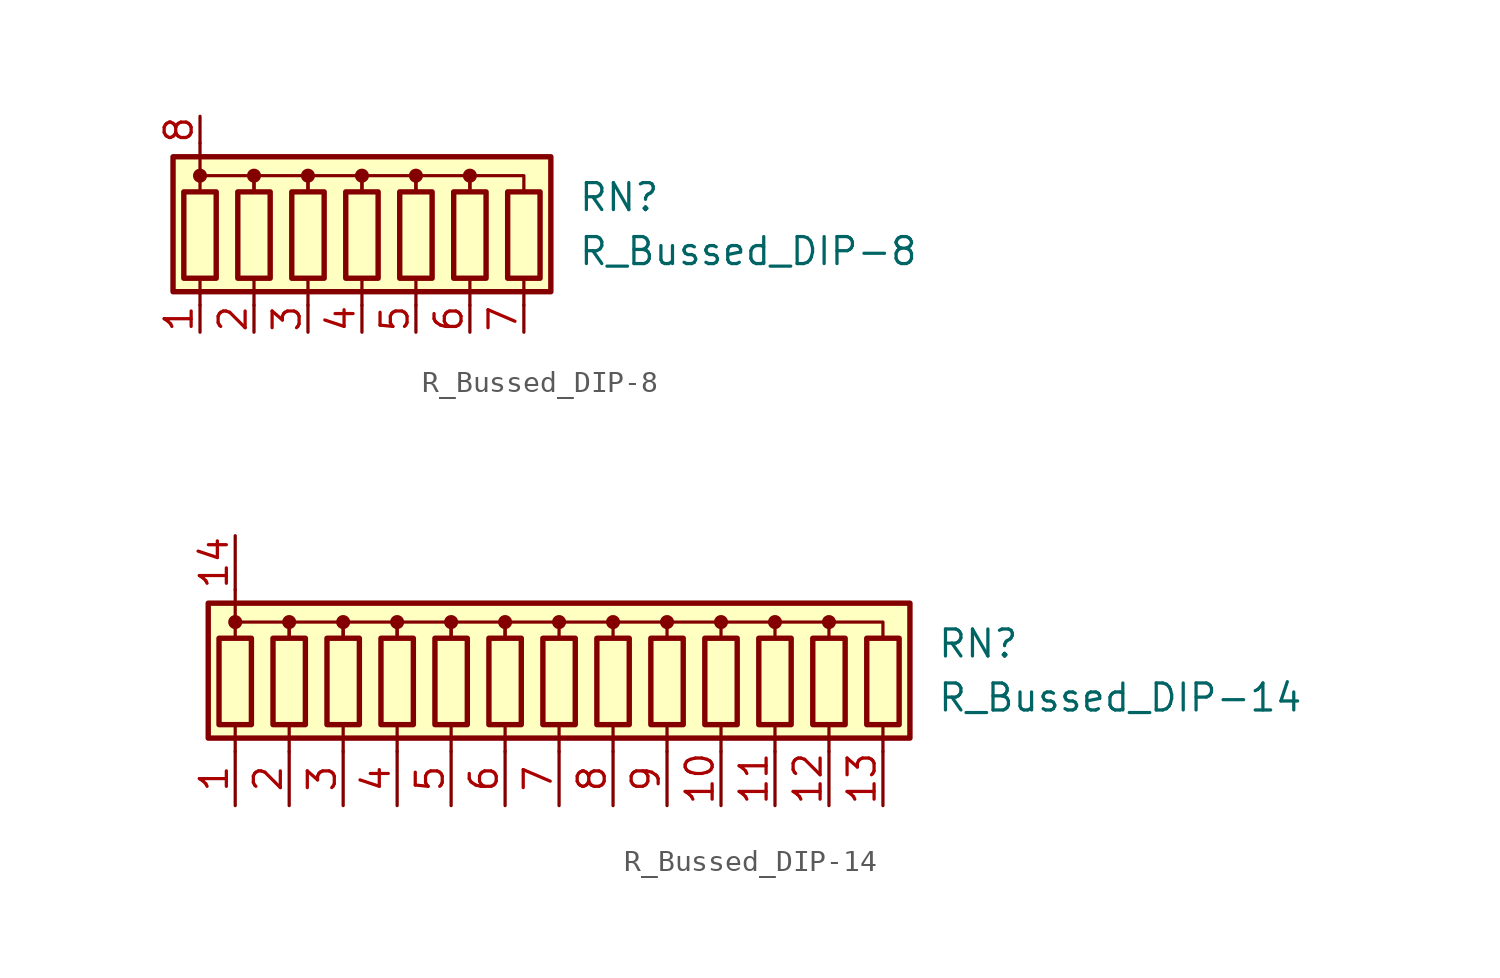
<source format=kicad_sym>
(kicad_symbol_lib
  (version 20211014)
  (generator kicad_symbol_editor)
  (symbol "R_Bussed_DIP-8"
    (pin_names
      (offset 0.002) hide)
    (property "Reference" "RN"
      (at 10.16 1.27 0)
      (effects (font (size 1.27 1.27)) (justify left)))
    (property "Value" "R_Bussed_DIP-8"
      (at 10.16 -1.27 0)
      (effects (font (size 1.27 1.27)) (justify left)))
    (symbol "R_Bussed_DIP-8_0_1"
      (rectangle (start -8.89 -3.175) (end 8.89 3.175) (stroke (width 0.254) (type default) (color 0 0 0 0)) (fill (type background)))
      (rectangle (start -8.382 1.524) (end -6.858 -2.54) (stroke (width 0.254) (type default) (color 0 0 0 0)) (fill (type none)))
      (circle (center -7.62 2.286) (radius 0.254) (stroke (width 0) (type default) (color 0 0 0 0)) (fill (type outline)))
      (rectangle (start -5.842 1.524) (end -4.318 -2.54) (stroke (width 0.254) (type default) (color 0 0 0 0)) (fill (type none)))
      (circle (center -5.08 2.286) (radius 0.254) (stroke (width 0) (type default) (color 0 0 0 0)) (fill (type outline)))
      (rectangle (start -3.302 1.524) (end -1.778 -2.54) (stroke (width 0.254) (type default) (color 0 0 0 0)) (fill (type none)))
      (circle (center -2.54 2.286) (radius 0.254) (stroke (width 0) (type default) (color 0 0 0 0)) (fill (type outline)))
      (rectangle (start -0.762 1.524) (end 0.762 -2.54) (stroke (width 0.254) (type default) (color 0 0 0 0)) (fill (type none)))
      (polyline (pts (xy -7.62 -2.54) (xy -7.62 -3.81)) (stroke (width 0) (type default) (color 0 0 0 0)) (fill (type none)))
      (polyline (pts (xy -7.62 3.81) (xy -7.62 2.54)) (stroke (width 0) (type default) (color 0 0 0 0)) (fill (type none)))
      (polyline (pts (xy -5.08 -2.54) (xy -5.08 -3.81)) (stroke (width 0) (type default) (color 0 0 0 0)) (fill (type none)))
      (polyline (pts (xy -2.54 -2.54) (xy -2.54 -3.81)) (stroke (width 0) (type default) (color 0 0 0 0)) (fill (type none)))
      (polyline (pts (xy 0 -2.54) (xy 0 -3.81)) (stroke (width 0) (type default) (color 0 0 0 0)) (fill (type none)))
      (polyline (pts (xy 2.54 -2.54) (xy 2.54 -3.81)) (stroke (width 0) (type default) (color 0 0 0 0)) (fill (type none)))
      (polyline (pts (xy 5.08 -2.54) (xy 5.08 -3.81)) (stroke (width 0) (type default) (color 0 0 0 0)) (fill (type none)))
      (polyline (pts (xy 7.62 -2.54) (xy 7.62 -3.81)) (stroke (width 0) (type default) (color 0 0 0 0)) (fill (type none)))
      (polyline (pts (xy -7.62 1.524) (xy -7.62 2.286) (xy -5.08 2.286) (xy -5.08 1.524)) (stroke (width 0) (type default) (color 0 0 0 0)) (fill (type none)))
      (polyline (pts (xy -5.08 1.524) (xy -5.08 2.286) (xy -2.54 2.286) (xy -2.54 1.524)) (stroke (width 0) (type default) (color 0 0 0 0)) (fill (type none)))
      (polyline (pts (xy -2.54 1.524) (xy -2.54 2.286) (xy 0 2.286) (xy 0 1.524)) (stroke (width 0) (type default) (color 0 0 0 0)) (fill (type none)))
      (polyline (pts (xy 0 1.524) (xy 0 2.286) (xy 2.54 2.286) (xy 2.54 1.524)) (stroke (width 0) (type default) (color 0 0 0 0)) (fill (type none)))
      (polyline (pts (xy 2.54 1.524) (xy 2.54 2.286) (xy 5.08 2.286) (xy 5.08 1.524)) (stroke (width 0) (type default) (color 0 0 0 0)) (fill (type none)))
      (polyline (pts (xy 5.08 1.524) (xy 5.08 2.286) (xy 7.62 2.286) (xy 7.62 1.524)) (stroke (width 0) (type default) (color 0 0 0 0)) (fill (type none)))
      (circle (center 0 2.286) (radius 0.254) (stroke (width 0) (type default) (color 0 0 0 0)) (fill (type outline)))
      (rectangle (start 1.778 1.524) (end 3.302 -2.54) (stroke (width 0.254) (type default) (color 0 0 0 0)) (fill (type none)))
      (circle (center 2.54 2.286) (radius 0.254) (stroke (width 0) (type default) (color 0 0 0 0)) (fill (type outline)))
      (rectangle (start 4.318 1.524) (end 5.842 -2.54) (stroke (width 0.254) (type default) (color 0 0 0 0)) (fill (type none)))
      (circle (center 5.08 2.286) (radius 0.254) (stroke (width 0) (type default) (color 0 0 0 0)) (fill (type outline)))
      (rectangle (start 6.858 1.524) (end 8.382 -2.54) (stroke (width 0.254) (type default) (color 0 0 0 0)) (fill (type none))))
    (symbol "R_Bussed_DIP-8_1_1"
      (pin passive line (at -7.62 -5.08 90) (length 1.27) (name "R1" (effects (font (size 1.27 1.27)))) (number "1" (effects (font (size 1.27 1.27)))))
      (pin passive line (at -5.08 -5.08 90) (length 1.27) (name "R2" (effects (font (size 1.27 1.27)))) (number "2" (effects (font (size 1.27 1.27)))))
      (pin passive line (at -2.54 -5.08 90) (length 1.27) (name "R3" (effects (font (size 1.27 1.27)))) (number "3" (effects (font (size 1.27 1.27)))))
      (pin passive line (at 0 -5.08 90) (length 1.27) (name "R4" (effects (font (size 1.27 1.27)))) (number "4" (effects (font (size 1.27 1.27)))))
      (pin passive line (at 2.54 -5.08 90) (length 1.27) (name "R5" (effects (font (size 1.27 1.27)))) (number "5" (effects (font (size 1.27 1.27)))))
      (pin passive line (at 5.08 -5.08 90) (length 1.27) (name "R6" (effects (font (size 1.27 1.27)))) (number "6" (effects (font (size 1.27 1.27)))))
      (pin passive line (at 7.62 -5.08 90) (length 1.27) (name "R7" (effects (font (size 1.27 1.27)))) (number "7" (effects (font (size 1.27 1.27)))))
      (pin passive line (at -7.62 5.08 270) (length 1.27) (name "common" (effects (font (size 1.27 1.27)))) (number "8" (effects (font (size 1.27 1.27)))))))
  (symbol "R_Bussed_DIP-14"
    (pin_names
      (offset 0.002) hide)
    (property "Reference" "RN"
      (at 17.78 1.27 0)
      (effects (font (size 1.27 1.27)) (justify left)))
    (property "Value" "R_Bussed_DIP-14"
      (at 17.78 -1.27 0)
      (effects (font (size 1.27 1.27)) (justify left)))
    (symbol "R_Bussed_DIP-14_0_1"
      (rectangle (start -16.51 3.175) (end 16.51 -3.175) (stroke (width 0.254) (type default) (color 0 0 0 0)) (fill (type background)))
      (rectangle (start -16.002 1.524) (end -14.478 -2.54) (stroke (width 0.254) (type default) (color 0 0 0 0)) (fill (type none)))
      (circle (center -15.24 2.286) (radius 0.254) (stroke (width 0) (type default) (color 0 0 0 0)) (fill (type outline)))
      (rectangle (start -13.462 1.524) (end -11.938 -2.54) (stroke (width 0.254) (type default) (color 0 0 0 0)) (fill (type none)))
      (circle (center -12.7 2.286) (radius 0.254) (stroke (width 0) (type default) (color 0 0 0 0)) (fill (type outline)))
      (rectangle (start -10.922 1.524) (end -9.398 -2.54) (stroke (width 0.254) (type default) (color 0 0 0 0)) (fill (type none)))
      (circle (center -10.16 2.286) (radius 0.254) (stroke (width 0) (type default) (color 0 0 0 0)) (fill (type outline)))
      (rectangle (start -8.382 1.524) (end -6.858 -2.54) (stroke (width 0.254) (type default) (color 0 0 0 0)) (fill (type none)))
      (circle (center -7.62 2.286) (radius 0.254) (stroke (width 0) (type default) (color 0 0 0 0)) (fill (type outline)))
      (rectangle (start -5.842 1.524) (end -4.318 -2.54) (stroke (width 0.254) (type default) (color 0 0 0 0)) (fill (type none)))
      (circle (center -5.08 2.286) (radius 0.254) (stroke (width 0) (type default) (color 0 0 0 0)) (fill (type outline)))
      (rectangle (start -3.302 1.524) (end -1.778 -2.54) (stroke (width 0.254) (type default) (color 0 0 0 0)) (fill (type none)))
      (circle (center -2.54 2.286) (radius 0.254) (stroke (width 0) (type default) (color 0 0 0 0)) (fill (type outline)))
      (rectangle (start -0.762 1.524) (end 0.762 -2.54) (stroke (width 0.254) (type default) (color 0 0 0 0)) (fill (type none)))
      (polyline (pts (xy -15.24 -2.54) (xy -15.24 -3.81)) (stroke (width 0) (type default) (color 0 0 0 0)) (fill (type none)))
      (polyline (pts (xy -15.24 3.81) (xy -15.24 2.54)) (stroke (width 0) (type default) (color 0 0 0 0)) (fill (type none)))
      (polyline (pts (xy -12.7 -2.54) (xy -12.7 -3.81)) (stroke (width 0) (type default) (color 0 0 0 0)) (fill (type none)))
      (polyline (pts (xy -10.16 -2.54) (xy -10.16 -3.81)) (stroke (width 0) (type default) (color 0 0 0 0)) (fill (type none)))
      (polyline (pts (xy -7.62 -2.54) (xy -7.62 -3.81)) (stroke (width 0) (type default) (color 0 0 0 0)) (fill (type none)))
      (polyline (pts (xy -5.08 -2.54) (xy -5.08 -3.81)) (stroke (width 0) (type default) (color 0 0 0 0)) (fill (type none)))
      (polyline (pts (xy -2.54 -2.54) (xy -2.54 -3.81)) (stroke (width 0) (type default) (color 0 0 0 0)) (fill (type none)))
      (polyline (pts (xy 0 -2.54) (xy 0 -3.81)) (stroke (width 0) (type default) (color 0 0 0 0)) (fill (type none)))
      (polyline (pts (xy 2.54 -2.54) (xy 2.54 -3.81)) (stroke (width 0) (type default) (color 0 0 0 0)) (fill (type none)))
      (polyline (pts (xy 5.08 -2.54) (xy 5.08 -3.81)) (stroke (width 0) (type default) (color 0 0 0 0)) (fill (type none)))
      (polyline (pts (xy 7.62 -2.54) (xy 7.62 -3.81)) (stroke (width 0) (type default) (color 0 0 0 0)) (fill (type none)))
      (polyline (pts (xy 10.16 -2.54) (xy 10.16 -3.81)) (stroke (width 0) (type default) (color 0 0 0 0)) (fill (type none)))
      (polyline (pts (xy 12.7 -2.54) (xy 12.7 -3.81)) (stroke (width 0) (type default) (color 0 0 0 0)) (fill (type none)))
      (polyline (pts (xy 15.24 -2.54) (xy 15.24 -3.81)) (stroke (width 0) (type default) (color 0 0 0 0)) (fill (type none)))
      (polyline (pts (xy 2.54 1.524) (xy 2.54 2.286) (xy 0 2.286)) (stroke (width 0.152) (type default) (color 0 0 0 0)) (fill (type none)))
      (polyline (pts (xy 5.08 1.524) (xy 5.08 2.286) (xy 2.54 2.286)) (stroke (width 0.152) (type default) (color 0 0 0 0)) (fill (type none)))
      (polyline (pts (xy 7.62 1.524) (xy 7.62 2.286) (xy 5.08 2.286)) (stroke (width 0.152) (type default) (color 0 0 0 0)) (fill (type none)))
      (polyline (pts (xy 10.16 1.524) (xy 10.16 2.286) (xy 7.62 2.286)) (stroke (width 0.152) (type default) (color 0 0 0 0)) (fill (type none)))
      (polyline (pts (xy 12.7 1.524) (xy 12.7 2.286) (xy 10.16 2.286)) (stroke (width 0.152) (type default) (color 0 0 0 0)) (fill (type none)))
      (polyline (pts (xy 15.24 1.524) (xy 15.24 2.286) (xy 12.7 2.286)) (stroke (width 0.152) (type default) (color 0 0 0 0)) (fill (type none)))
      (polyline (pts (xy -15.24 1.524) (xy -15.24 2.286) (xy -12.7 2.286) (xy -12.7 1.524)) (stroke (width 0) (type default) (color 0 0 0 0)) (fill (type none)))
      (polyline (pts (xy -12.7 1.524) (xy -12.7 2.286) (xy -10.16 2.286) (xy -10.16 1.524)) (stroke (width 0) (type default) (color 0 0 0 0)) (fill (type none)))
      (polyline (pts (xy -10.16 1.524) (xy -10.16 2.286) (xy -7.62 2.286) (xy -7.62 1.524)) (stroke (width 0) (type default) (color 0 0 0 0)) (fill (type none)))
      (polyline (pts (xy -7.62 1.524) (xy -7.62 2.286) (xy -5.08 2.286) (xy -5.08 1.524)) (stroke (width 0) (type default) (color 0 0 0 0)) (fill (type none)))
      (polyline (pts (xy -5.08 1.524) (xy -5.08 2.286) (xy -2.54 2.286) (xy -2.54 1.524)) (stroke (width 0) (type default) (color 0 0 0 0)) (fill (type none)))
      (polyline (pts (xy -2.54 1.524) (xy -2.54 2.286) (xy 0 2.286) (xy 0 1.524)) (stroke (width 0) (type default) (color 0 0 0 0)) (fill (type none)))
      (circle (center 0 2.286) (radius 0.254) (stroke (width 0) (type default) (color 0 0 0 0)) (fill (type outline)))
      (rectangle (start 1.778 1.524) (end 3.302 -2.54) (stroke (width 0.254) (type default) (color 0 0 0 0)) (fill (type none)))
      (circle (center 2.54 2.286) (radius 0.254) (stroke (width 0) (type default) (color 0 0 0 0)) (fill (type outline)))
      (rectangle (start 4.318 1.524) (end 5.842 -2.54) (stroke (width 0.254) (type default) (color 0 0 0 0)) (fill (type none)))
      (circle (center 5.08 2.286) (radius 0.254) (stroke (width 0) (type default) (color 0 0 0 0)) (fill (type outline)))
      (rectangle (start 6.858 1.524) (end 8.382 -2.54) (stroke (width 0.254) (type default) (color 0 0 0 0)) (fill (type none)))
      (circle (center 7.62 2.286) (radius 0.254) (stroke (width 0) (type default) (color 0 0 0 0)) (fill (type outline)))
      (rectangle (start 9.398 1.524) (end 10.922 -2.54) (stroke (width 0.254) (type default) (color 0 0 0 0)) (fill (type none)))
      (circle (center 10.16 2.286) (radius 0.254) (stroke (width 0) (type default) (color 0 0 0 0)) (fill (type outline)))
      (rectangle (start 11.938 1.524) (end 13.462 -2.54) (stroke (width 0.254) (type default) (color 0 0 0 0)) (fill (type none)))
      (circle (center 12.7 2.286) (radius 0.254) (stroke (width 0) (type default) (color 0 0 0 0)) (fill (type outline)))
      (rectangle (start 14.478 1.524) (end 16.002 -2.54) (stroke (width 0.254) (type default) (color 0 0 0 0)) (fill (type none))))
    (symbol "R_Bussed_DIP-14_1_1"
      (pin passive line (at -15.24 -6.35 90) (length 2.54) (name "R1" (effects (font (size 1.27 1.27)))) (number "1" (effects (font (size 1.27 1.27)))))
      (pin passive line (at 7.62 -6.35 90) (length 2.54) (name "R10" (effects (font (size 1.27 1.27)))) (number "10" (effects (font (size 1.27 1.27)))))
      (pin passive line (at 10.16 -6.35 90) (length 2.54) (name "R11" (effects (font (size 1.27 1.27)))) (number "11" (effects (font (size 1.27 1.27)))))
      (pin passive line (at 12.7 -6.35 90) (length 2.54) (name "R12" (effects (font (size 1.27 1.27)))) (number "12" (effects (font (size 1.27 1.27)))))
      (pin passive line (at 15.24 -6.35 90) (length 2.54) (name "R13" (effects (font (size 1.27 1.27)))) (number "13" (effects (font (size 1.27 1.27)))))
      (pin passive line (at -15.24 6.35 270) (length 2.54) (name "common" (effects (font (size 1.27 1.27)))) (number "14" (effects (font (size 1.27 1.27)))))
      (pin passive line (at -12.7 -6.35 90) (length 2.54) (name "R2" (effects (font (size 1.27 1.27)))) (number "2" (effects (font (size 1.27 1.27)))))
      (pin passive line (at -10.16 -6.35 90) (length 2.54) (name "R3" (effects (font (size 1.27 1.27)))) (number "3" (effects (font (size 1.27 1.27)))))
      (pin passive line (at -7.62 -6.35 90) (length 2.54) (name "R4" (effects (font (size 1.27 1.27)))) (number "4" (effects (font (size 1.27 1.27)))))
      (pin passive line (at -5.08 -6.35 90) (length 2.54) (name "R5" (effects (font (size 1.27 1.27)))) (number "5" (effects (font (size 1.27 1.27)))))
      (pin passive line (at -2.54 -6.35 90) (length 2.54) (name "R6" (effects (font (size 1.27 1.27)))) (number "6" (effects (font (size 1.27 1.27)))))
      (pin passive line (at 0 -6.35 90) (length 2.54) (name "R7" (effects (font (size 1.27 1.27)))) (number "7" (effects (font (size 1.27 1.27)))))
      (pin passive line (at 2.54 -6.35 90) (length 2.54) (name "R8" (effects (font (size 1.27 1.27)))) (number "8" (effects (font (size 1.27 1.27)))))
      (pin passive line (at 5.08 -6.35 90) (length 2.54) (name "R9" (effects (font (size 1.27 1.27)))) (number "9" (effects (font (size 1.27 1.27))))))))
</source>
